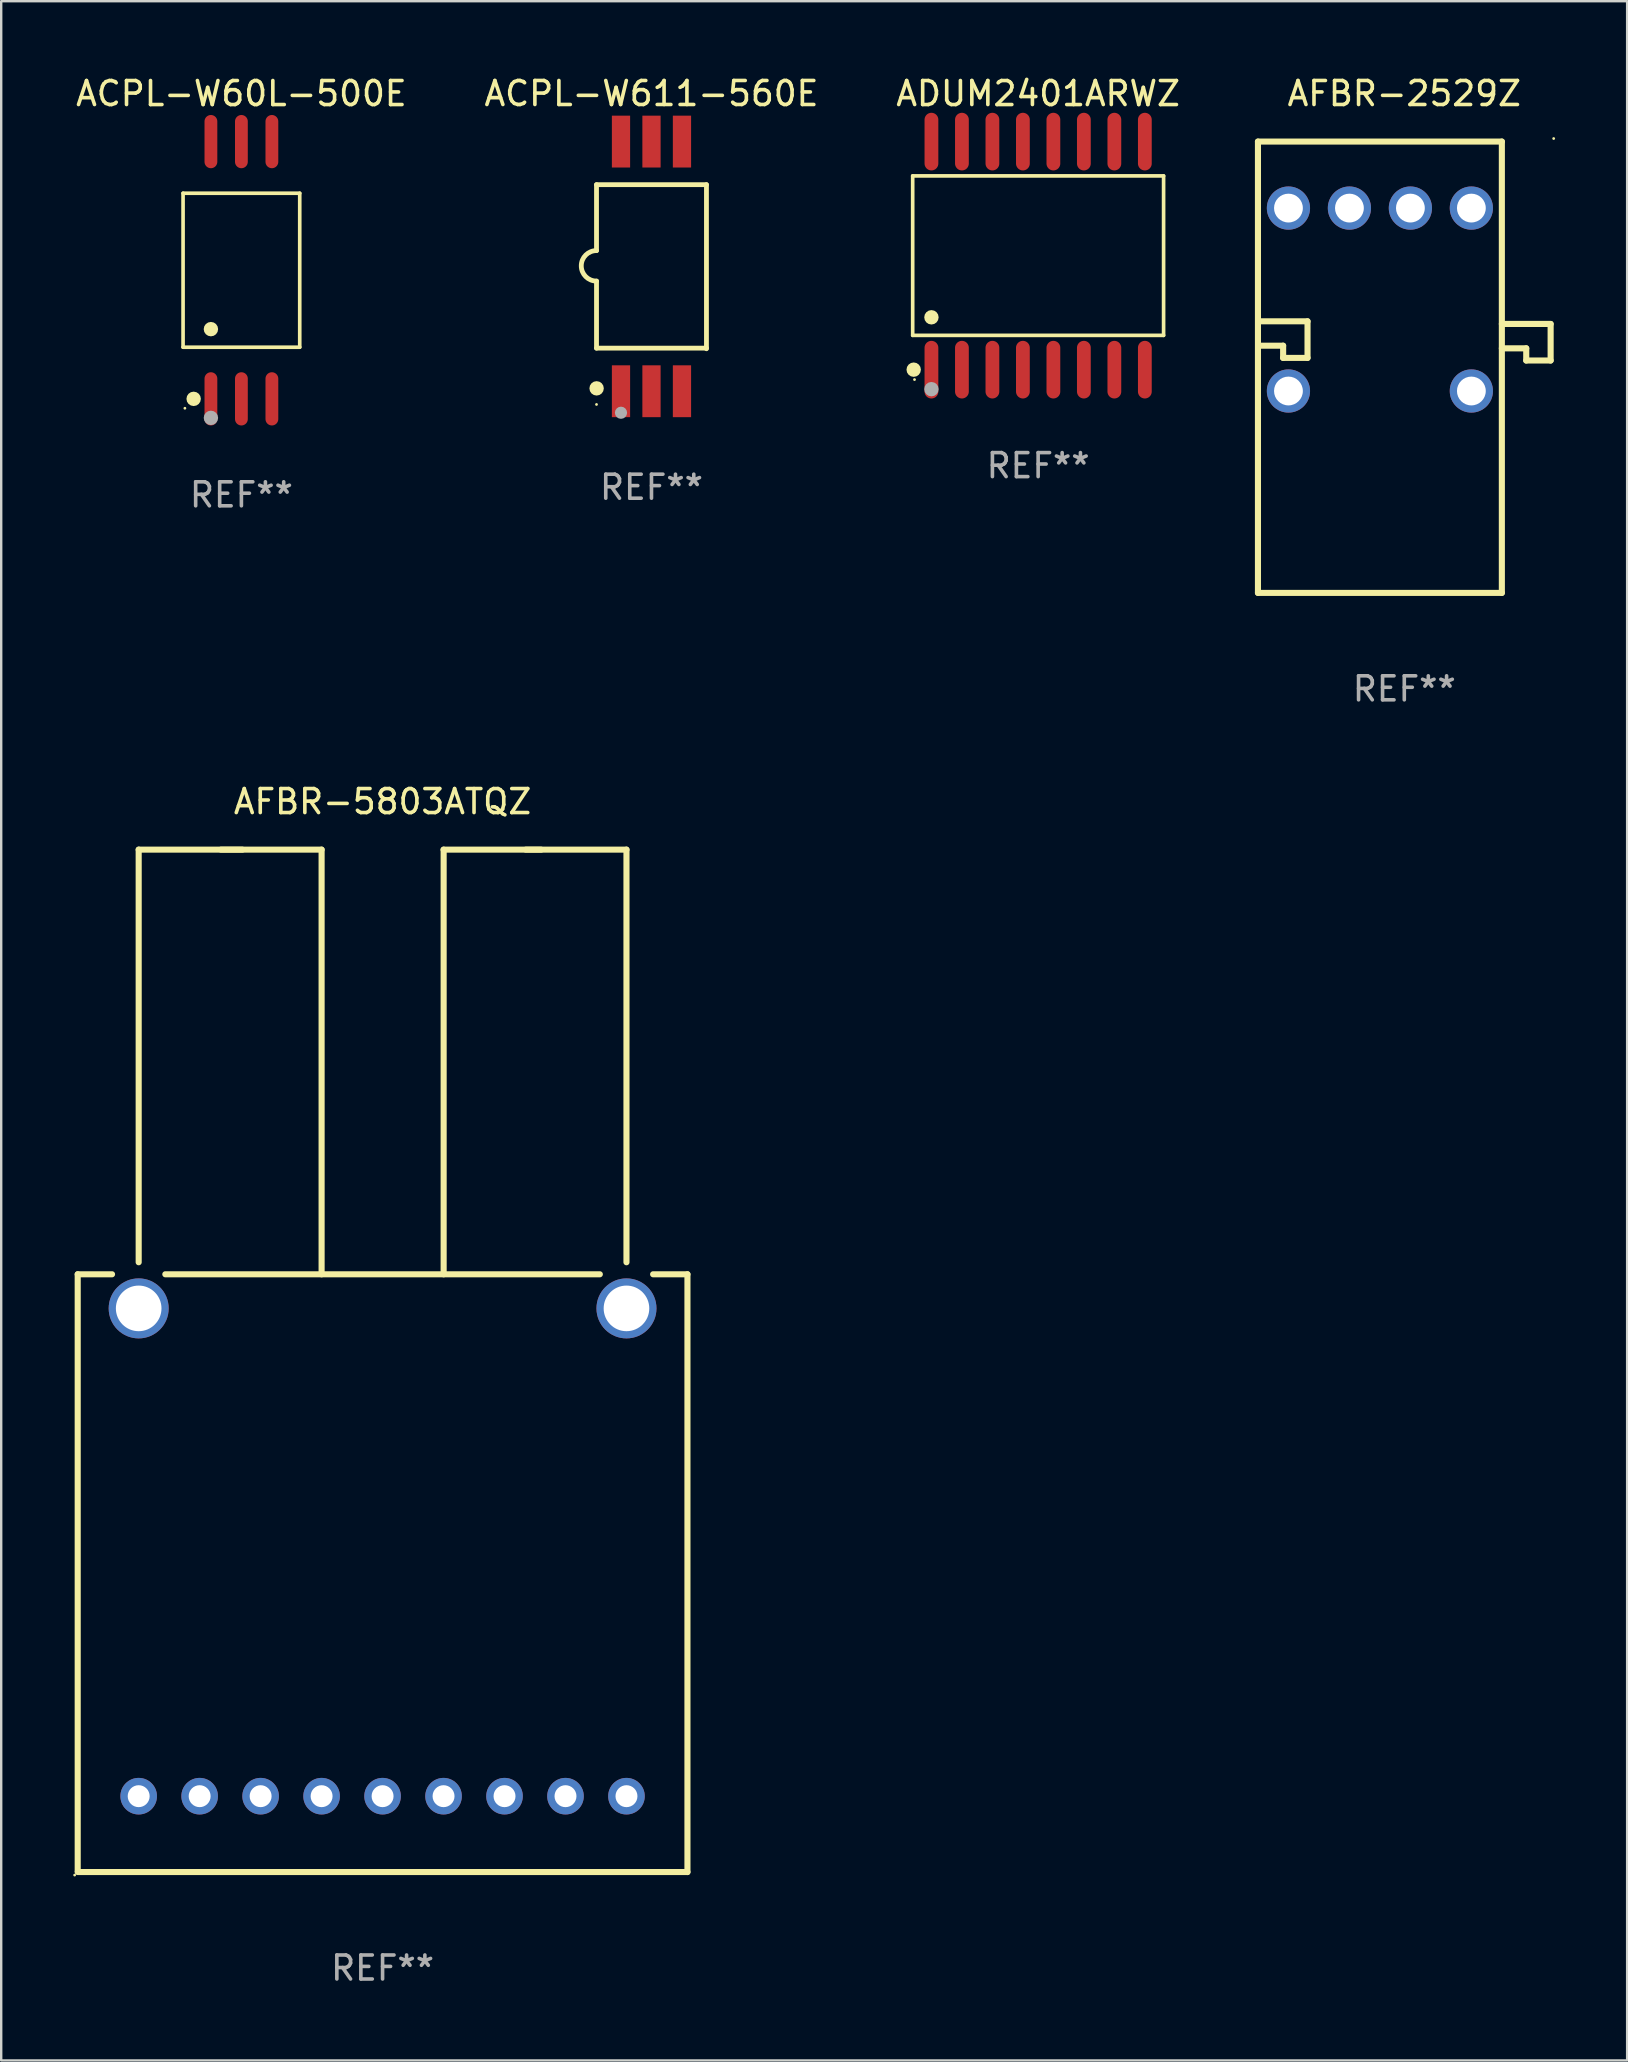
<source format=kicad_pcb>
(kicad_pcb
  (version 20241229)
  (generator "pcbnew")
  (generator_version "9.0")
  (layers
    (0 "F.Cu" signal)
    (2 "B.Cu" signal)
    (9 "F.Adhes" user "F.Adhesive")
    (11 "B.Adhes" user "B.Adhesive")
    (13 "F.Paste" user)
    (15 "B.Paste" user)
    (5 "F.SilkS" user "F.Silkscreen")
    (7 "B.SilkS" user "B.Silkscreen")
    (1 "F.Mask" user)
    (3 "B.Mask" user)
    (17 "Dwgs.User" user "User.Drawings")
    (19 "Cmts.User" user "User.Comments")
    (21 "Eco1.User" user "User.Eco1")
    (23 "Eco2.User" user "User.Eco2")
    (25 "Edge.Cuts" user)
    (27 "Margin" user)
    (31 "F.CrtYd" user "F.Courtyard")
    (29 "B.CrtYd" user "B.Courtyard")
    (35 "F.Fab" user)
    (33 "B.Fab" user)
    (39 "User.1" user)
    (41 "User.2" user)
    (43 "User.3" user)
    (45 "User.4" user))
  (footprint "AFBR-5803ATQZ"
    (layer "F.Cu")
    (at 12.887 53.639)
    (property "Reference" "AFBR-5803ATQZ" (at 0 -23.295 0) (layer "F.SilkS") (effects (font (size 1 1) (thickness 0.15))))
    (attr through_hole)
    (fp_line (start -12.7 -3.606) (end -12.7 21.251) (stroke (width 0.254) (type solid)) (layer "F.SilkS"))
    (fp_line (start -11.27 -3.606) (end -12.7 -3.606) (stroke (width 0.254) (type solid)) (layer "F.SilkS"))
    (fp_line (start -10.16 -21.295) (end -2.54 -21.295) (stroke (width 0.254) (type solid)) (layer "F.SilkS"))
    (fp_line (start -10.16 -4.107) (end -10.16 -21.295) (stroke (width 0.254) (type solid)) (layer "F.SilkS"))
    (fp_line (start -5.842 -21.295) (end -6.731 -21.295) (stroke (width 0.254) (type solid)) (layer "F.SilkS"))
    (fp_line (start -2.54 -21.295) (end -2.54 -3.606) (stroke (width 0.254) (type solid)) (layer "F.SilkS"))
    (fp_line (start 2.544 -3.606) (end 2.544 -21.295) (stroke (width 0.254) (type solid)) (layer "F.SilkS"))
    (fp_line (start 6.604 -21.295) (end 5.969 -21.295) (stroke (width 0.254) (type solid)) (layer "F.SilkS"))
    (fp_line (start 9.05 -3.606) (end -9.05 -3.606) (stroke (width 0.254) (type solid)) (layer "F.SilkS"))
    (fp_line (start 10.16 -21.295) (end 2.54 -21.295) (stroke (width 0.254) (type solid)) (layer "F.SilkS"))
    (fp_line (start 10.16 -4.107) (end 10.16 -21.295) (stroke (width 0.254) (type solid)) (layer "F.SilkS"))
    (fp_line (start 12.7 -3.606) (end 11.27 -3.606) (stroke (width 0.254) (type solid)) (layer "F.SilkS"))
    (fp_line (start 12.7 -3.606) (end 12.7 21.295) (stroke (width 0.254) (type solid)) (layer "F.SilkS"))
    (fp_line (start 12.7 21.295) (end -12.7 21.295) (stroke (width 0.254) (type solid)) (layer "F.SilkS"))
    (fp_circle (center -12.827 21.421) (end -12.797 21.421) (stroke (width 0.06) (type solid)) (fill no) (layer "F.SilkS"))
    (fp_text user "REF**" (at 0 25.295 0) (layer "F.Fab") (effects (font (size 1 1) (thickness 0.15))))
    (pad "1" thru_hole circle (at -10.16 18.135) (size 1.524 1.524) (drill 0.914) (layers "*.Cu" "*.Mask"))
    (pad "2" thru_hole circle (at -7.62 18.135) (size 1.524 1.524) (drill 0.914) (layers "*.Cu" "*.Mask"))
    (pad "3" thru_hole circle (at -5.08 18.135) (size 1.524 1.524) (drill 0.914) (layers "*.Cu" "*.Mask"))
    (pad "4" thru_hole circle (at -2.54 18.135) (size 1.524 1.524) (drill 0.914) (layers "*.Cu" "*.Mask"))
    (pad "5" thru_hole circle (at 0 18.135) (size 1.524 1.524) (drill 0.914) (layers "*.Cu" "*.Mask"))
    (pad "6" thru_hole circle (at 2.54 18.135) (size 1.524 1.524) (drill 0.914) (layers "*.Cu" "*.Mask"))
    (pad "7" thru_hole circle (at 5.08 18.135) (size 1.524 1.524) (drill 0.914) (layers "*.Cu" "*.Mask"))
    (pad "8" thru_hole circle (at 7.62 18.135) (size 1.524 1.524) (drill 0.914) (layers "*.Cu" "*.Mask"))
    (pad "9" thru_hole circle (at 10.16 18.135) (size 1.524 1.524) (drill 0.914) (layers "*.Cu" "*.Mask"))
    (pad "10" thru_hole circle (at 10.16 -2.185) (size 2.5 2.5) (drill 1.9) (layers "*.Cu" "*.Mask"))
    (pad "11" thru_hole circle (at -10.16 -2.185) (size 2.5 2.5) (drill 1.9) (layers "*.Cu" "*.Mask")))
  (footprint "AFBR-2529Z"
    (layer "F.Cu")
    (at 55.449 12.248)
    (property "Reference" "AFBR-2529Z" (at 0 -11.4 0) (layer "F.SilkS") (effects (font (size 1 1) (thickness 0.15))))
    (attr through_hole)
    (fp_line (start -6.096 -9.4) (end -6.096 9.4) (stroke (width 0.254) (type solid)) (layer "F.SilkS"))
    (fp_line (start -6.096 -9.4) (end 4.064 -9.4) (stroke (width 0.254) (type solid)) (layer "F.SilkS"))
    (fp_line (start -6.096 9.4) (end 4.064 9.4) (stroke (width 0.254) (type solid)) (layer "F.SilkS"))
    (fp_line (start -6.063 -1.913) (end -4.031 -1.913) (stroke (width 0.254) (type solid)) (layer "F.SilkS"))
    (fp_line (start -5.047 -0.897) (end -6.063 -0.897) (stroke (width 0.254) (type solid)) (layer "F.SilkS"))
    (fp_line (start -5.047 -0.389) (end -5.047 -0.897) (stroke (width 0.254) (type solid)) (layer "F.SilkS"))
    (fp_line (start -4.031 -1.913) (end -4.031 -0.389) (stroke (width 0.254) (type solid)) (layer "F.SilkS"))
    (fp_line (start -4.031 -0.389) (end -5.047 -0.389) (stroke (width 0.254) (type solid)) (layer "F.SilkS"))
    (fp_line (start 4.064 -9.4) (end 4.064 9.4) (stroke (width 0.254) (type solid)) (layer "F.SilkS"))
    (fp_line (start 4.064 -1.804) (end 6.096 -1.804) (stroke (width 0.254) (type solid)) (layer "F.SilkS"))
    (fp_line (start 5.08 -0.788) (end 4.064 -0.788) (stroke (width 0.254) (type solid)) (layer "F.SilkS"))
    (fp_line (start 5.08 -0.28) (end 5.08 -0.788) (stroke (width 0.254) (type solid)) (layer "F.SilkS"))
    (fp_line (start 6.096 -1.804) (end 6.096 -0.28) (stroke (width 0.254) (type solid)) (layer "F.SilkS"))
    (fp_line (start 6.096 -0.28) (end 5.08 -0.28) (stroke (width 0.254) (type solid)) (layer "F.SilkS"))
    (fp_circle (center 6.223 -9.527) (end 6.253 -9.527) (stroke (width 0.06) (type solid)) (fill no) (layer "F.SilkS"))
    (fp_text user "REF**" (at 0 13.4 0) (layer "F.Fab") (effects (font (size 1 1) (thickness 0.15))))
    (pad "1" thru_hole circle (at 2.794 -6.63) (size 1.8 1.8) (drill 1.2) (layers "*.Cu" "*.Mask"))
    (pad "2" thru_hole circle (at 0.254 -6.63) (size 1.8 1.8) (drill 1.2) (layers "*.Cu" "*.Mask"))
    (pad "3" thru_hole circle (at -2.286 -6.63) (size 1.8 1.8) (drill 1.2) (layers "*.Cu" "*.Mask"))
    (pad "4" thru_hole circle (at -4.826 -6.63) (size 1.8 1.8) (drill 1.2) (layers "*.Cu" "*.Mask"))
    (pad "5" thru_hole circle (at -4.826 0.99) (size 1.8 1.8) (drill 1.2) (layers "*.Cu" "*.Mask"))
    (pad "8" thru_hole circle (at 2.794 0.99) (size 1.8 1.8) (drill 1.2) (layers "*.Cu" "*.Mask")))
  (footprint "ACPL-W60L-500E"
    (layer "F.Cu")
    (at 7.006 8.207)
    (property "Reference" "ACPL-W60L-500E" (at 0 -7.358 0) (layer "F.SilkS") (effects (font (size 1 1) (thickness 0.15))))
    (attr through_hole)
    (fp_line (start -2.43 -3.207) (end 2.43 -3.207) (stroke (width 0.152) (type solid)) (layer "F.SilkS"))
    (fp_line (start -2.43 3.207) (end -2.43 -3.207) (stroke (width 0.152) (type solid)) (layer "F.SilkS"))
    (fp_line (start 2.43 -3.207) (end 2.43 3.207) (stroke (width 0.152) (type solid)) (layer "F.SilkS"))
    (fp_line (start 2.43 3.207) (end -2.43 3.207) (stroke (width 0.152) (type solid)) (layer "F.SilkS"))
    (fp_circle (center -2.354 5.75) (end -2.324 5.75) (stroke (width 0.06) (type solid)) (fill no) (layer "F.SilkS"))
    (fp_circle (center -1.989 5.358) (end -1.839 5.358) (stroke (width 0.3) (type solid)) (fill no) (layer "F.SilkS"))
    (fp_circle (center -1.27 2.454) (end -1.12 2.454) (stroke (width 0.3) (type solid)) (fill no) (layer "F.SilkS"))
    (fp_circle (center -1.27 6.15) (end -1.12 6.15) (stroke (width 0.3) (type solid)) (fill no) (layer "F.Fab"))
    (fp_text user "REF**" (at 0 9.358 0) (layer "F.Fab") (effects (font (size 1 1) (thickness 0.15))))
    (pad "1" smd oval (at -1.27 5.358) (size 0.533 2.217) (layers "F.Cu" "F.Mask" "F.Paste"))
    (pad "2" smd oval (at 0 5.358) (size 0.533 2.217) (layers "F.Cu" "F.Mask" "F.Paste"))
    (pad "3" smd oval (at 1.27 5.358) (size 0.533 2.217) (layers "F.Cu" "F.Mask" "F.Paste"))
    (pad "4" smd oval (at 1.27 -5.358) (size 0.533 2.217) (layers "F.Cu" "F.Mask" "F.Paste"))
    (pad "5" smd oval (at 0 -5.358) (size 0.533 2.217) (layers "F.Cu" "F.Mask" "F.Paste"))
    (pad "6" smd oval (at -1.27 -5.358) (size 0.533 2.217) (layers "F.Cu" "F.Mask" "F.Paste")))
  (footprint "ADUM2401ARWZ"
    (layer "F.Cu")
    (at 40.196 7.599)
    (property "Reference" "ADUM2401ARWZ" (at 0 -6.75 0) (layer "F.SilkS") (effects (font (size 1 1) (thickness 0.15))))
    (attr through_hole)
    (fp_line (start -5.226 -3.321) (end 5.226 -3.321) (stroke (width 0.152) (type solid)) (layer "F.SilkS"))
    (fp_line (start -5.226 3.321) (end -5.226 -3.321) (stroke (width 0.152) (type solid)) (layer "F.SilkS"))
    (fp_line (start 5.226 -3.321) (end 5.226 3.321) (stroke (width 0.152) (type solid)) (layer "F.SilkS"))
    (fp_line (start 5.226 3.321) (end -5.226 3.321) (stroke (width 0.152) (type solid)) (layer "F.SilkS"))
    (fp_circle (center -5.184 4.75) (end -5.034 4.75) (stroke (width 0.3) (type solid)) (fill no) (layer "F.SilkS"))
    (fp_circle (center -5.15 5.163) (end -5.12 5.163) (stroke (width 0.06) (type solid)) (fill no) (layer "F.SilkS"))
    (fp_circle (center -4.445 2.569) (end -4.295 2.569) (stroke (width 0.3) (type solid)) (fill no) (layer "F.SilkS"))
    (fp_circle (center -4.445 5.563) (end -4.295 5.563) (stroke (width 0.3) (type solid)) (fill no) (layer "F.Fab"))
    (fp_text user "REF**" (at 0 8.75 0) (layer "F.Fab") (effects (font (size 1 1) (thickness 0.15))))
    (pad "1" smd oval (at -4.445 4.75) (size 0.574 2.401) (layers "F.Cu" "F.Mask" "F.Paste"))
    (pad "2" smd oval (at -3.175 4.75) (size 0.574 2.401) (layers "F.Cu" "F.Mask" "F.Paste"))
    (pad "3" smd oval (at -1.905 4.75) (size 0.574 2.401) (layers "F.Cu" "F.Mask" "F.Paste"))
    (pad "4" smd oval (at -0.635 4.75) (size 0.574 2.401) (layers "F.Cu" "F.Mask" "F.Paste"))
    (pad "5" smd oval (at 0.635 4.75) (size 0.574 2.401) (layers "F.Cu" "F.Mask" "F.Paste"))
    (pad "6" smd oval (at 1.905 4.75) (size 0.574 2.401) (layers "F.Cu" "F.Mask" "F.Paste"))
    (pad "7" smd oval (at 3.175 4.75) (size 0.574 2.401) (layers "F.Cu" "F.Mask" "F.Paste"))
    (pad "8" smd oval (at 4.445 4.75) (size 0.574 2.401) (layers "F.Cu" "F.Mask" "F.Paste"))
    (pad "9" smd oval (at 4.445 -4.75) (size 0.574 2.401) (layers "F.Cu" "F.Mask" "F.Paste"))
    (pad "10" smd oval (at 3.175 -4.75) (size 0.574 2.401) (layers "F.Cu" "F.Mask" "F.Paste"))
    (pad "11" smd oval (at 1.905 -4.75) (size 0.574 2.401) (layers "F.Cu" "F.Mask" "F.Paste"))
    (pad "12" smd oval (at 0.635 -4.75) (size 0.574 2.401) (layers "F.Cu" "F.Mask" "F.Paste"))
    (pad "13" smd oval (at -0.635 -4.75) (size 0.574 2.401) (layers "F.Cu" "F.Mask" "F.Paste"))
    (pad "14" smd oval (at -1.905 -4.75) (size 0.574 2.401) (layers "F.Cu" "F.Mask" "F.Paste"))
    (pad "15" smd oval (at -3.175 -4.75) (size 0.574 2.401) (layers "F.Cu" "F.Mask" "F.Paste"))
    (pad "16" smd oval (at -4.445 -4.75) (size 0.574 2.401) (layers "F.Cu" "F.Mask" "F.Paste")))
  (footprint "ACPL-W611-560E"
    (layer "F.Cu")
    (at 24.089 8.048)
    (property "Reference" "ACPL-W611-560E" (at 0 -7.2 0) (layer "F.SilkS") (effects (font (size 1 1) (thickness 0.15))))
    (attr through_hole)
    (fp_line (start -2.29 -3.405) (end 2.29 -3.405) (stroke (width 0.2) (type solid)) (layer "F.SilkS"))
    (fp_line (start -2.29 -0.659) (end -2.29 -3.405) (stroke (width 0.2) (type solid)) (layer "F.SilkS"))
    (fp_line (start -2.29 0.611) (end -2.29 3.405) (stroke (width 0.2) (type solid)) (layer "F.SilkS"))
    (fp_line (start -2.29 3.405) (end 2.29 3.405) (stroke (width 0.2) (type solid)) (layer "F.SilkS"))
    (fp_line (start 2.29 -3.405) (end 2.29 3.429) (stroke (width 0.2) (type solid)) (layer "F.SilkS"))
    (fp_arc (start -2.289916 0.611125) (mid -2.924917 -0.023876) (end -2.289916 -0.658877) (stroke (width 0.199898) (type solid)) (layer "F.SilkS"))
    (fp_circle (center -2.29 5.75) (end -2.26 5.75) (stroke (width 0.06) (type solid)) (fill no) (layer "F.SilkS"))
    (fp_circle (center -2.286 5.08) (end -2.136 5.08) (stroke (width 0.3) (type solid)) (fill no) (layer "F.SilkS"))
    (fp_circle (center -1.27 6.096) (end -1.143 6.096) (stroke (width 0.254) (type solid)) (fill no) (layer "F.Fab"))
    (fp_text user "REF**" (at 0 9.2 0) (layer "F.Fab") (effects (font (size 1 1) (thickness 0.15))))
    (pad "1" smd rect (at -1.27 5.2 90) (size 2.16 0.76) (layers "F.Cu" "F.Mask" "F.Paste"))
    (pad "2" smd rect (at 0.000152 5.2 90) (size 2.16 0.76) (layers "F.Cu" "F.Mask" "F.Paste"))
    (pad "3" smd rect (at 1.27 5.2 90) (size 2.16 0.76) (layers "F.Cu" "F.Mask" "F.Paste"))
    (pad "4" smd rect (at 1.27 -5.2 90) (size 2.16 0.76) (layers "F.Cu" "F.Mask" "F.Paste"))
    (pad "5" smd rect (at 0.000152 -5.2 90) (size 2.16 0.76) (layers "F.Cu" "F.Mask" "F.Paste"))
    (pad "6" smd rect (at -1.27 -5.2 90) (size 2.16 0.76) (layers "F.Cu" "F.Mask" "F.Paste")))
  (gr_rect
    (start -3 -3)
    (end 64.732 82.782)
    (stroke (width 0.1) (type default))
    (fill no)
    (layer "Edge.Cuts")))
</source>
